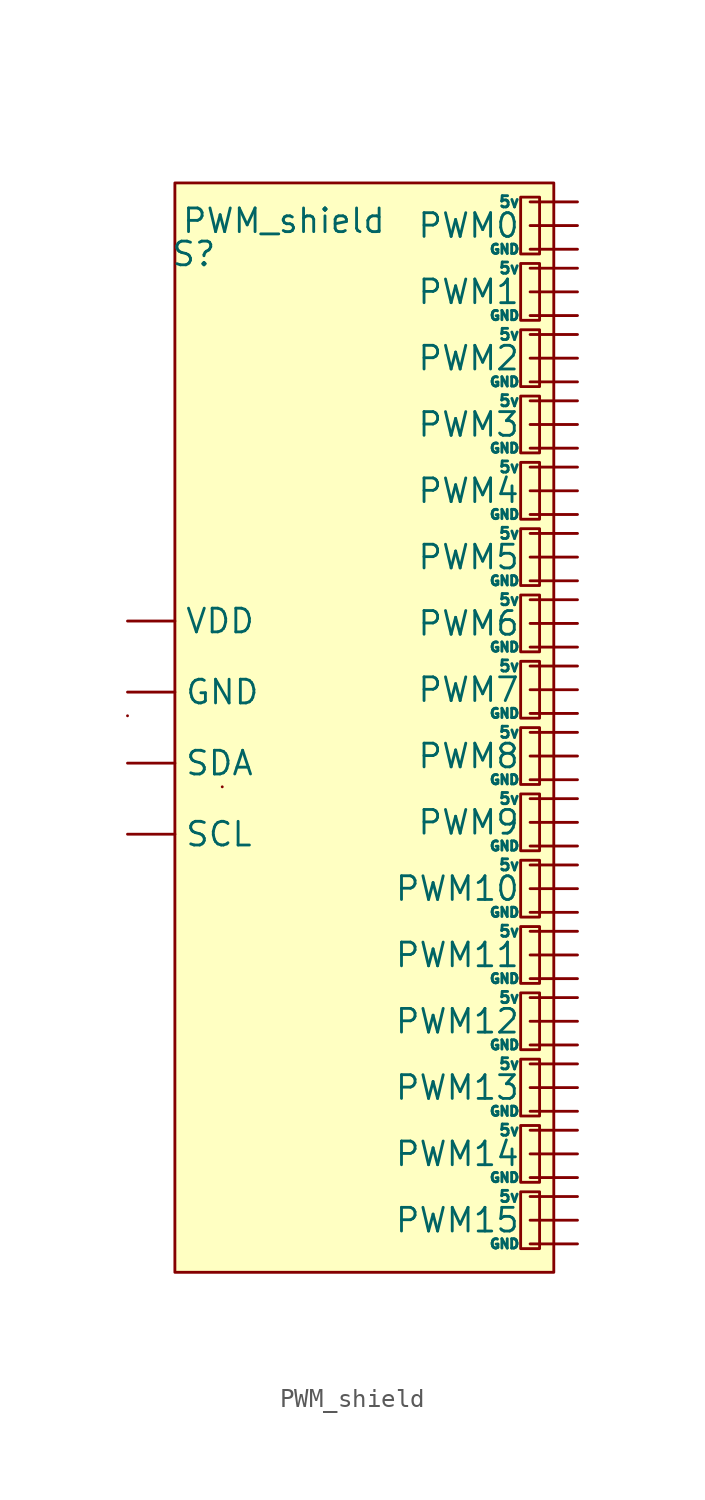
<source format=kicad_sym>
(kicad_symbol_lib
  (version 20211014)
  (generator kicad_symbol_editor)
  (symbol "PWM_shield"
    (property "Reference" "S"
      (at -9.144 25.4 0)
      (effects (font (size 1.27 1.27))))
    (property "Value" "PWM_shield"
      (at -4.318 27.178 0)
      (effects (font (size 1.27 1.27))))
    (symbol "PWM_shield_0_1"
      (rectangle (start -12.7 0.635) (end -12.7 0.635) (stroke (width 0) (type default) (color 0 0 0 0)) (fill (type none)))
      (rectangle (start -10.16 29.21) (end 10.16 -29.21) (stroke (width 0) (type default) (color 0 0 0 0)) (fill (type background)))
      (rectangle (start -7.62 -3.175) (end -7.62 -3.175) (stroke (width 0) (type default) (color 0 0 0 0)) (fill (type none)))
      (rectangle (start 8.382 -24.892) (end 9.398 -27.94) (stroke (width 0) (type default) (color 0 0 0 0)) (fill (type none)))
      (rectangle (start 8.382 -21.336) (end 9.398 -24.384) (stroke (width 0) (type default) (color 0 0 0 0)) (fill (type none)))
      (rectangle (start 8.382 -17.78) (end 9.398 -20.828) (stroke (width 0) (type default) (color 0 0 0 0)) (fill (type none)))
      (rectangle (start 8.382 -14.224) (end 9.398 -17.272) (stroke (width 0) (type default) (color 0 0 0 0)) (fill (type none)))
      (rectangle (start 8.382 -10.668) (end 9.398 -13.716) (stroke (width 0) (type default) (color 0 0 0 0)) (fill (type none)))
      (rectangle (start 8.382 -7.112) (end 9.398 -10.16) (stroke (width 0) (type default) (color 0 0 0 0)) (fill (type none)))
      (rectangle (start 8.382 -3.556) (end 9.398 -6.604) (stroke (width 0) (type default) (color 0 0 0 0)) (fill (type none)))
      (rectangle (start 8.382 0) (end 9.398 -3.048) (stroke (width 0) (type default) (color 0 0 0 0)) (fill (type none)))
      (rectangle (start 8.382 3.556) (end 9.398 0.508) (stroke (width 0) (type default) (color 0 0 0 0)) (fill (type none)))
      (rectangle (start 8.382 7.112) (end 9.398 4.064) (stroke (width 0) (type default) (color 0 0 0 0)) (fill (type none)))
      (rectangle (start 8.382 10.668) (end 9.398 7.62) (stroke (width 0) (type default) (color 0 0 0 0)) (fill (type none)))
      (rectangle (start 8.382 14.224) (end 9.398 11.176) (stroke (width 0) (type default) (color 0 0 0 0)) (fill (type none)))
      (rectangle (start 8.382 17.78) (end 9.398 14.732) (stroke (width 0) (type default) (color 0 0 0 0)) (fill (type none)))
      (rectangle (start 8.382 21.336) (end 9.398 18.288) (stroke (width 0) (type default) (color 0 0 0 0)) (fill (type none)))
      (rectangle (start 8.382 24.892) (end 9.398 21.844) (stroke (width 0) (type default) (color 0 0 0 0)) (fill (type none)))
      (rectangle (start 8.382 28.448) (end 9.398 25.4) (stroke (width 0) (type default) (color 0 0 0 0)) (fill (type none))))
    (symbol "PWM_shield_1_1"
      (pin power_out line (at 11.43 -25.146 180) (length 2.54) (name "5v" (effects (font (size 0.6 0.6)))) (number "" (effects (font (size 0.5 0.5)))))
      (pin power_out line (at 11.43 -21.59 180) (length 2.54) (name "5v" (effects (font (size 0.6 0.6)))) (number "" (effects (font (size 0.5 0.5)))))
      (pin power_out line (at 11.43 -18.034 180) (length 2.54) (name "5v" (effects (font (size 0.6 0.6)))) (number "" (effects (font (size 0.5 0.5)))))
      (pin power_out line (at 11.43 -14.478 180) (length 2.54) (name "5v" (effects (font (size 0.6 0.6)))) (number "" (effects (font (size 0.5 0.5)))))
      (pin power_out line (at 11.43 -10.922 180) (length 2.54) (name "5v" (effects (font (size 0.6 0.6)))) (number "" (effects (font (size 0.5 0.5)))))
      (pin power_out line (at 11.43 -7.366 180) (length 2.54) (name "5v" (effects (font (size 0.6 0.6)))) (number "" (effects (font (size 0.5 0.5)))))
      (pin power_out line (at 11.43 -3.81 180) (length 2.54) (name "5v" (effects (font (size 0.6 0.6)))) (number "" (effects (font (size 0.5 0.5)))))
      (pin power_out line (at 11.43 -0.254 180) (length 2.54) (name "5v" (effects (font (size 0.6 0.6)))) (number "" (effects (font (size 0.5 0.5)))))
      (pin power_out line (at 11.43 3.302 180) (length 2.54) (name "5v" (effects (font (size 0.6 0.6)))) (number "" (effects (font (size 0.5 0.5)))))
      (pin power_out line (at 11.43 6.858 180) (length 2.54) (name "5v" (effects (font (size 0.6 0.6)))) (number "" (effects (font (size 0.5 0.5)))))
      (pin power_out line (at 11.43 10.414 180) (length 2.54) (name "5v" (effects (font (size 0.6 0.6)))) (number "" (effects (font (size 0.5 0.5)))))
      (pin power_out line (at 11.43 13.97 180) (length 2.54) (name "5v" (effects (font (size 0.6 0.6)))) (number "" (effects (font (size 0.5 0.5)))))
      (pin power_out line (at 11.43 17.526 180) (length 2.54) (name "5v" (effects (font (size 0.6 0.6)))) (number "" (effects (font (size 0.5 0.5)))))
      (pin power_out line (at 11.43 21.082 180) (length 2.54) (name "5v" (effects (font (size 0.6 0.6)))) (number "" (effects (font (size 0.5 0.5)))))
      (pin power_out line (at 11.43 24.638 180) (length 2.54) (name "5v" (effects (font (size 0.6 0.6)))) (number "" (effects (font (size 0.5 0.5)))))
      (pin power_out line (at 11.43 28.194 180) (length 2.54) (name "5v" (effects (font (size 0.6 0.6)))) (number "" (effects (font (size 0.5 0.5)))))
      (pin input line (at -12.7 1.905 0) (length 2.54) (name "GND" (effects (font (size 1.27 1.27)))) (number "" (effects (font (size 1.27 1.27)))))
      (pin power_out line (at 11.43 -27.686 180) (length 2.54) (name "GND" (effects (font (size 0.5 0.5)))) (number "" (effects (font (size 0.5 0.5)))))
      (pin power_out line (at 11.43 -24.13 180) (length 2.54) (name "GND" (effects (font (size 0.5 0.5)))) (number "" (effects (font (size 0.5 0.5)))))
      (pin power_out line (at 11.43 -20.574 180) (length 2.54) (name "GND" (effects (font (size 0.5 0.5)))) (number "" (effects (font (size 0.5 0.5)))))
      (pin power_out line (at 11.43 -17.018 180) (length 2.54) (name "GND" (effects (font (size 0.5 0.5)))) (number "" (effects (font (size 0.5 0.5)))))
      (pin power_out line (at 11.43 -13.462 180) (length 2.54) (name "GND" (effects (font (size 0.5 0.5)))) (number "" (effects (font (size 0.5 0.5)))))
      (pin power_out line (at 11.43 -9.906 180) (length 2.54) (name "GND" (effects (font (size 0.5 0.5)))) (number "" (effects (font (size 0.5 0.5)))))
      (pin power_out line (at 11.43 -6.35 180) (length 2.54) (name "GND" (effects (font (size 0.5 0.5)))) (number "" (effects (font (size 0.5 0.5)))))
      (pin power_out line (at 11.43 -2.794 180) (length 2.54) (name "GND" (effects (font (size 0.5 0.5)))) (number "" (effects (font (size 0.5 0.5)))))
      (pin power_out line (at 11.43 0.762 180) (length 2.54) (name "GND" (effects (font (size 0.5 0.5)))) (number "" (effects (font (size 0.5 0.5)))))
      (pin power_out line (at 11.43 4.318 180) (length 2.54) (name "GND" (effects (font (size 0.5 0.5)))) (number "" (effects (font (size 0.5 0.5)))))
      (pin power_out line (at 11.43 7.874 180) (length 2.54) (name "GND" (effects (font (size 0.5 0.5)))) (number "" (effects (font (size 0.5 0.5)))))
      (pin power_out line (at 11.43 11.43 180) (length 2.54) (name "GND" (effects (font (size 0.5 0.5)))) (number "" (effects (font (size 0.5 0.5)))))
      (pin power_out line (at 11.43 14.986 180) (length 2.54) (name "GND" (effects (font (size 0.5 0.5)))) (number "" (effects (font (size 0.5 0.5)))))
      (pin power_out line (at 11.43 18.542 180) (length 2.54) (name "GND" (effects (font (size 0.5 0.5)))) (number "" (effects (font (size 0.5 0.5)))))
      (pin power_out line (at 11.43 22.098 180) (length 2.54) (name "GND" (effects (font (size 0.5 0.5)))) (number "" (effects (font (size 0.5 0.5)))))
      (pin power_out line (at 11.43 25.654 180) (length 2.54) (name "GND" (effects (font (size 0.5 0.5)))) (number "" (effects (font (size 0.5 0.5)))))
      (pin output line (at 11.43 26.924 180) (length 2.54) (name "PWM0" (effects (font (size 1.27 1.27)))) (number "" (effects (font (size 1.27 1.27)))))
      (pin output line (at 11.43 23.368 180) (length 2.54) (name "PWM1" (effects (font (size 1.27 1.27)))) (number "" (effects (font (size 1.27 1.27)))))
      (pin output line (at 11.43 -8.636 180) (length 2.54) (name "PWM10" (effects (font (size 1.27 1.27)))) (number "" (effects (font (size 1.27 1.27)))))
      (pin output line (at 11.43 -12.192 180) (length 2.54) (name "PWM11" (effects (font (size 1.27 1.27)))) (number "" (effects (font (size 1.27 1.27)))))
      (pin output line (at 11.43 -15.748 180) (length 2.54) (name "PWM12" (effects (font (size 1.27 1.27)))) (number "" (effects (font (size 1.27 1.27)))))
      (pin output line (at 11.43 -19.304 180) (length 2.54) (name "PWM13" (effects (font (size 1.27 1.27)))) (number "" (effects (font (size 1.27 1.27)))))
      (pin output line (at 11.43 -22.86 180) (length 2.54) (name "PWM14" (effects (font (size 1.27 1.27)))) (number "" (effects (font (size 1.27 1.27)))))
      (pin output line (at 11.43 -26.416 180) (length 2.54) (name "PWM15" (effects (font (size 1.27 1.27)))) (number "" (effects (font (size 1.27 1.27)))))
      (pin output line (at 11.43 19.812 180) (length 2.54) (name "PWM2" (effects (font (size 1.27 1.27)))) (number "" (effects (font (size 1.27 1.27)))))
      (pin output line (at 11.43 16.256 180) (length 2.54) (name "PWM3" (effects (font (size 1.27 1.27)))) (number "" (effects (font (size 1.27 1.27)))))
      (pin output line (at 11.43 12.7 180) (length 2.54) (name "PWM4" (effects (font (size 1.27 1.27)))) (number "" (effects (font (size 1.27 1.27)))))
      (pin output line (at 11.43 9.144 180) (length 2.54) (name "PWM5" (effects (font (size 1.27 1.27)))) (number "" (effects (font (size 1.27 1.27)))))
      (pin output line (at 11.43 5.588 180) (length 2.54) (name "PWM6" (effects (font (size 1.27 1.27)))) (number "" (effects (font (size 1.27 1.27)))))
      (pin output line (at 11.43 2.032 180) (length 2.54) (name "PWM7" (effects (font (size 1.27 1.27)))) (number "" (effects (font (size 1.27 1.27)))))
      (pin output line (at 11.43 -1.524 180) (length 2.54) (name "PWM8" (effects (font (size 1.27 1.27)))) (number "" (effects (font (size 1.27 1.27)))))
      (pin output line (at 11.43 -5.08 180) (length 2.54) (name "PWM9" (effects (font (size 1.27 1.27)))) (number "" (effects (font (size 1.27 1.27)))))
      (pin input line (at -12.7 -5.715 0) (length 2.54) (name "SCL" (effects (font (size 1.27 1.27)))) (number "" (effects (font (size 1.27 1.27)))))
      (pin input line (at -12.7 -1.905 0) (length 2.54) (name "SDA" (effects (font (size 1.27 1.27)))) (number "" (effects (font (size 1.27 1.27)))))
      (pin input line (at -12.7 5.715 0) (length 2.54) (name "VDD" (effects (font (size 1.27 1.27)))) (number "" (effects (font (size 1.27 1.27))))))))
</source>
